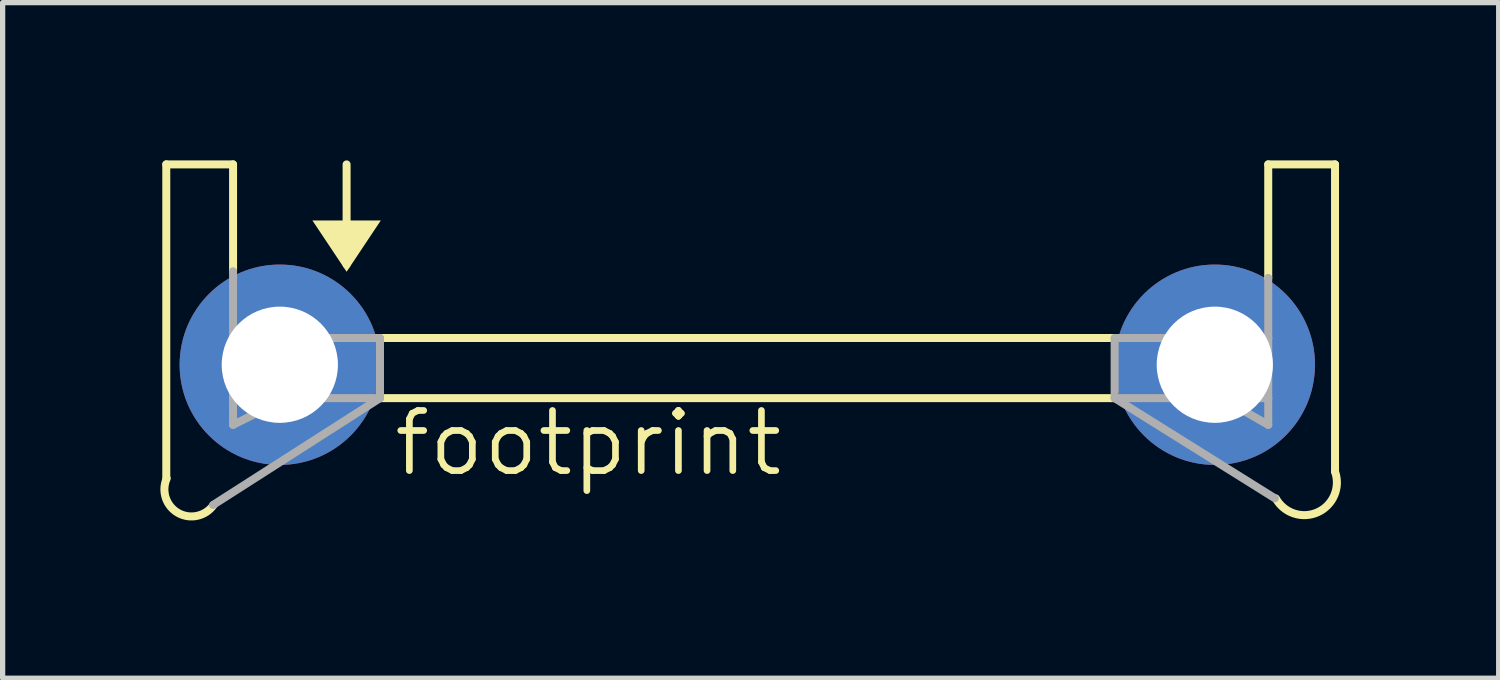
<source format=kicad_pcb>
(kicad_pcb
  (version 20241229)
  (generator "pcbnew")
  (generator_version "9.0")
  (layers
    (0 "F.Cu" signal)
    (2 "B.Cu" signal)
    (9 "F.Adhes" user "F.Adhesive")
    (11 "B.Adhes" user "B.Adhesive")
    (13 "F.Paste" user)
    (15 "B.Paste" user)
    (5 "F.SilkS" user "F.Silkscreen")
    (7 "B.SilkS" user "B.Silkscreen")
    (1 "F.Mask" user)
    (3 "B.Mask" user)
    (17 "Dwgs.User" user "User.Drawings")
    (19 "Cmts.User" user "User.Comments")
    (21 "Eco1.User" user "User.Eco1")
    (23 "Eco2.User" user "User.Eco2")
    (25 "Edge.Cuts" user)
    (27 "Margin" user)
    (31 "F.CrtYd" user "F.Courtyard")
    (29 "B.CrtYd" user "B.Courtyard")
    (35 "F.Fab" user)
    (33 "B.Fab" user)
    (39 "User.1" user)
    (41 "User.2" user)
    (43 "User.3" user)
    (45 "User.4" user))
  (footprint "footprint"
    (layer "F.Cu")
    (at 11.161 3.378)
    (property "Reference" "footprint" (at -6.782 2.667 0) (layer "F.SilkS") (effects (font (size 1.143 1.143) (thickness 0.127)) (justify left bottom)))
    (fp_line (start -11.049 -3.302) (end -9.779 -3.302) (stroke (width 0.152) (type solid)) (layer "F.SilkS"))
    (fp_line (start -11.049 2.667) (end -11.049 -3.302) (stroke (width 0.152) (type solid)) (layer "F.SilkS"))
    (fp_line (start -9.779 -1.27) (end -9.779 -3.302) (stroke (width 0.152) (type solid)) (layer "F.SilkS"))
    (fp_line (start -7.62 -3.302) (end -7.62 -1.651) (stroke (width 0.152) (type solid)) (layer "F.SilkS"))
    (fp_line (start -7.62 -1.651) (end -7.62 -1.397) (stroke (width 0.152) (type solid)) (layer "F.SilkS"))
    (fp_line (start -6.985 0) (end 6.985 0) (stroke (width 0.152) (type solid)) (layer "F.SilkS"))
    (fp_line (start -6.985 1.143) (end 6.985 1.143) (stroke (width 0.152) (type solid)) (layer "F.SilkS"))
    (fp_line (start 9.906 -3.302) (end 11.176 -3.302) (stroke (width 0.152) (type solid)) (layer "F.SilkS"))
    (fp_line (start 9.906 -1.143) (end 9.906 -3.302) (stroke (width 0.152) (type solid)) (layer "F.SilkS"))
    (fp_line (start 11.176 -3.302) (end 11.176 2.54) (stroke (width 0.152) (type solid)) (layer "F.SilkS"))
    (fp_arc (start -10.149999 3.174998) (mid -10.823714 3.325672) (end -11.0407 2.6703) (stroke (width 0.1524) (type solid)) (layer "F.SilkS"))
    (fp_arc (start 11.175798 2.5401) (mid 10.847553 3.313137) (end 10.05 3.05) (stroke (width 0.1524) (type solid)) (layer "F.SilkS"))
    (fp_poly (pts (xy -7.62 -1.26) (xy -8.27 -2.235) (xy -6.97 -2.235)) (stroke (width 0) (type solid)) (fill yes) (layer "F.SilkS"))
    (fp_line (start -10.16 3.175) (end -6.985 1.143) (stroke (width 0.152) (type solid)) (layer "F.Fab"))
    (fp_line (start -9.779 0) (end -9.779 -1.27) (stroke (width 0.152) (type solid)) (layer "F.Fab"))
    (fp_line (start -9.779 0) (end -9.779 1.143) (stroke (width 0.152) (type solid)) (layer "F.Fab"))
    (fp_line (start -9.779 0) (end -6.985 0) (stroke (width 0.152) (type solid)) (layer "F.Fab"))
    (fp_line (start -9.779 1.143) (end -9.779 1.651) (stroke (width 0.152) (type solid)) (layer "F.Fab"))
    (fp_line (start -9.779 1.651) (end -8.763 1.143) (stroke (width 0.152) (type solid)) (layer "F.Fab"))
    (fp_line (start -8.763 1.143) (end -9.779 1.143) (stroke (width 0.152) (type solid)) (layer "F.Fab"))
    (fp_line (start -6.985 1.143) (end -8.763 1.143) (stroke (width 0.152) (type solid)) (layer "F.Fab"))
    (fp_line (start -6.985 1.143) (end -6.985 0) (stroke (width 0.152) (type solid)) (layer "F.Fab"))
    (fp_line (start 6.985 1.143) (end 6.985 0) (stroke (width 0.152) (type solid)) (layer "F.Fab"))
    (fp_line (start 6.985 1.143) (end 9.017 1.143) (stroke (width 0.152) (type solid)) (layer "F.Fab"))
    (fp_line (start 9.017 1.143) (end 9.906 1.143) (stroke (width 0.152) (type solid)) (layer "F.Fab"))
    (fp_line (start 9.017 1.143) (end 9.906 1.651) (stroke (width 0.152) (type solid)) (layer "F.Fab"))
    (fp_line (start 9.906 0) (end 6.985 0) (stroke (width 0.152) (type solid)) (layer "F.Fab"))
    (fp_line (start 9.906 0) (end 9.906 -1.143) (stroke (width 0.152) (type solid)) (layer "F.Fab"))
    (fp_line (start 9.906 1.143) (end 9.906 0) (stroke (width 0.152) (type solid)) (layer "F.Fab"))
    (fp_line (start 9.906 1.651) (end 9.906 1.143) (stroke (width 0.152) (type solid)) (layer "F.Fab"))
    (fp_line (start 10.033 3.048) (end 6.985 1.143) (stroke (width 0.152) (type solid)) (layer "F.Fab"))
    (pad "A2,2" thru_hole circle (at -8.89 0.508) (size 3.81 3.81) (drill 2.21) (layers "*.Cu" "*.Mask"))
    (pad "B2,2" thru_hole circle (at 8.89 0.508) (size 3.81 3.81) (drill 2.21) (layers "*.Cu" "*.Mask"))
    (zone (net_name "") (layers "F.Cu" "B.Cu") (hatch edge 0.508) (connect_pads) (min_thickness 0.254) (filled_areas_thickness no) (keepout (tracks allowed) (vias not_allowed) (pads allowed) (copperpour allowed) (footprints allowed)) (placement (enabled no)) (fill) (polygon (pts (xy 3.541 5.283) (xy 18.781 5.283) (xy 18.781 2.743) (xy 3.541 2.743)))))
  (gr_rect
    (start -3 -3)
    (end 25.449 9.847)
    (stroke (width 0.1) (type default))
    (fill no)
    (layer "Edge.Cuts")))
</source>
